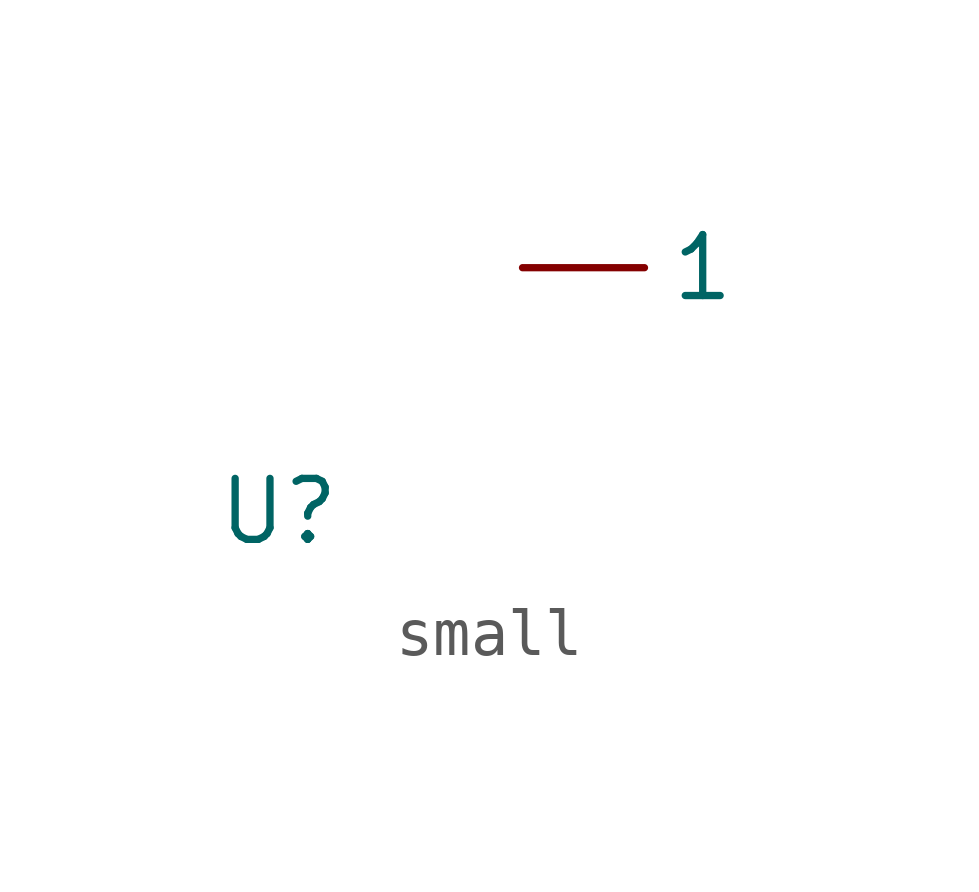
<source format=kicad_sym>
(kicad_symbol_lib
  (version 20241209)
  (generator "kicad_symbol_editor")
  (generator_version "9.0")
  (symbol "small"
    (property "Reference" "U"
      (at 0 0 0)
      (effects (font (size 1.27 1.27))))
    (property "Value" ""
      (at 0 0 0)
      (effects (font (size 1.27 1.27))))
    (symbol "small_1_1"
      (pin input line (at 5.08 5.08 0) (length 2.54) (name "1" (effects (font (size 1.27 1.27)))) (number "" (effects (font (size 1.27 1.27))))))))
</source>
